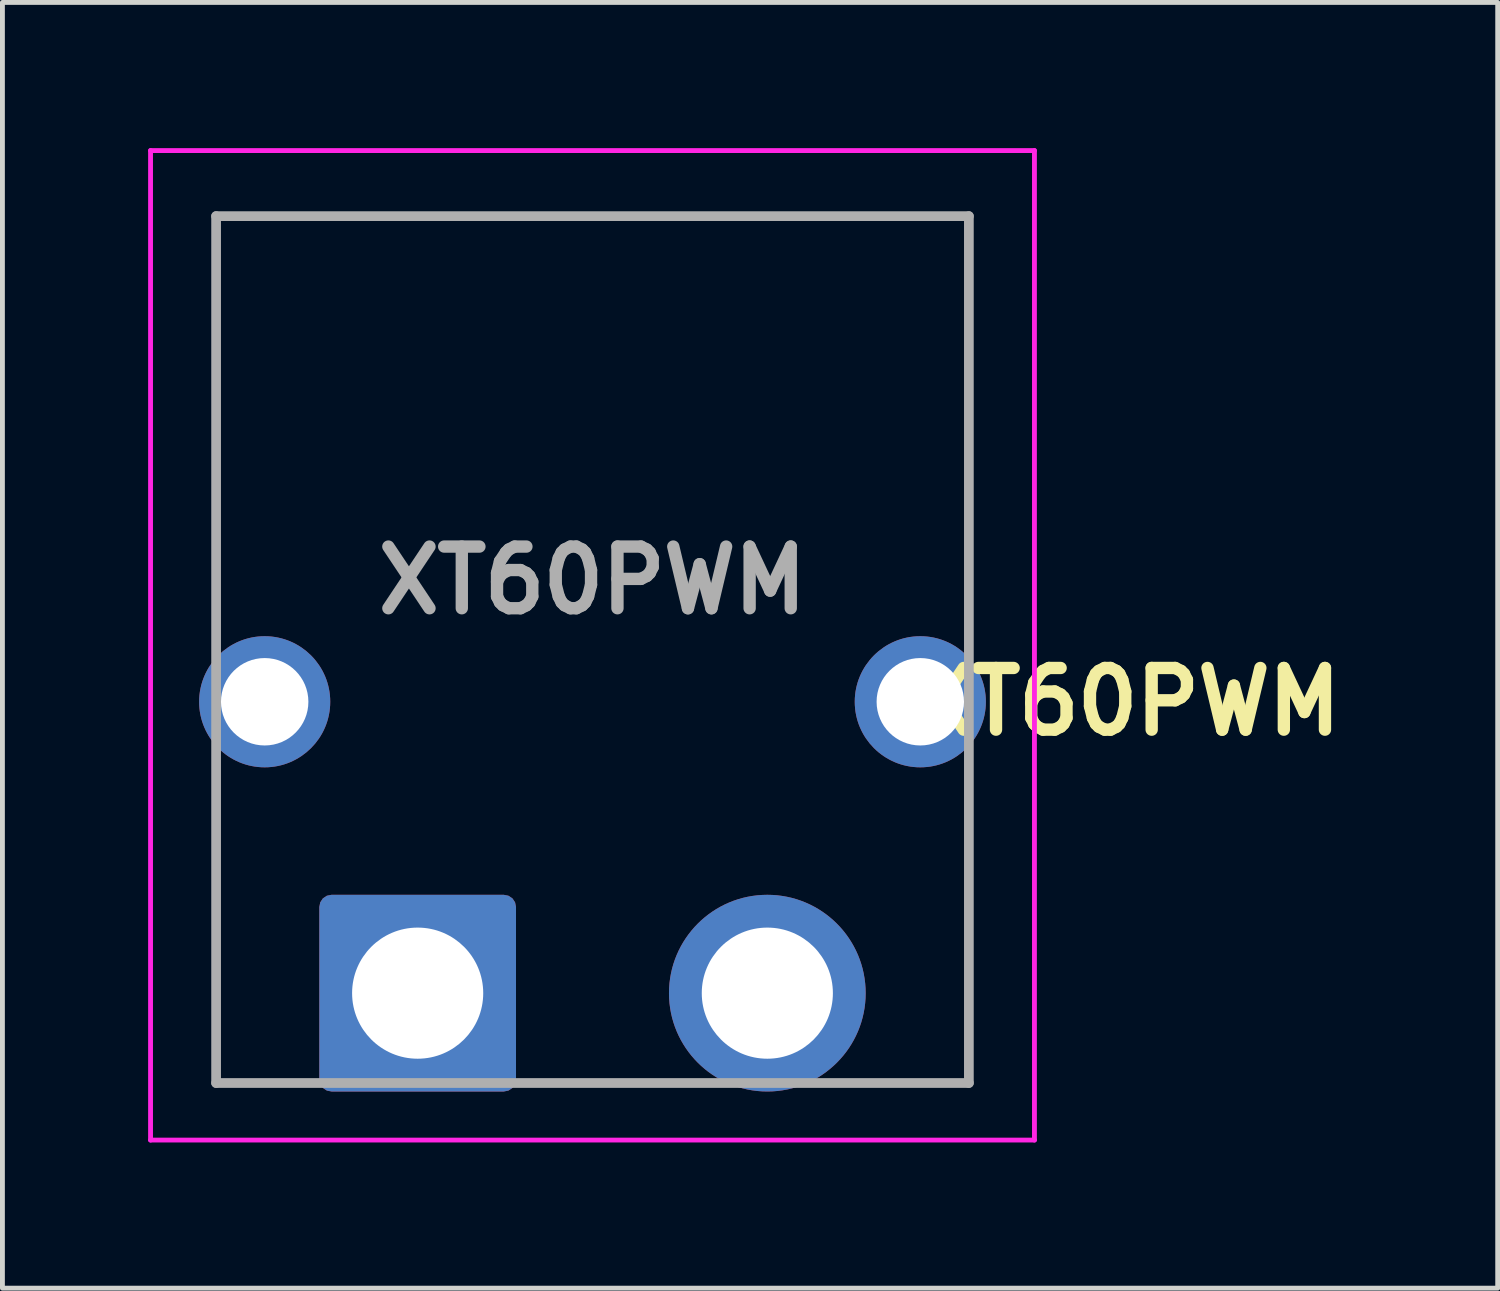
<source format=kicad_pcb>
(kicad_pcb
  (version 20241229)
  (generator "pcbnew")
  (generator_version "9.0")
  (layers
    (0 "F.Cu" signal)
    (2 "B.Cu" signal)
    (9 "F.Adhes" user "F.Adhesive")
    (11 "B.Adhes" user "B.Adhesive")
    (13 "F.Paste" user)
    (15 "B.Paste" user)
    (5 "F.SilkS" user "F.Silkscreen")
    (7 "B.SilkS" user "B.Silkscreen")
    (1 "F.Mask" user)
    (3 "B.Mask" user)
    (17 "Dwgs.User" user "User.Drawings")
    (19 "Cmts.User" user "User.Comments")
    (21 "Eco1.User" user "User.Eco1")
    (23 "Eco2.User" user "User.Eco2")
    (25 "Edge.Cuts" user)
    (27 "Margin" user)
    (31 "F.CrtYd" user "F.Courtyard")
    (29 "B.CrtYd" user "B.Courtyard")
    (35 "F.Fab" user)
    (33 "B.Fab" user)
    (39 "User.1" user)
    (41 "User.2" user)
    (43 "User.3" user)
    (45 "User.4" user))
  (footprint "XT60PWM"
    (layer "F.Cu")
    (at 9.15 17.4)
    (property "Reference" "XT60PWM" (at 11 -6 0) (layer "F.SilkS") (effects (font (size 1.27 1.27) (thickness 0.254))))
    (attr through_hole)
    (fp_line (start -7.75 -16) (end 7.75 -16) (stroke (width 0.1) (type solid)) (layer "F.SilkS"))
    (fp_line (start -7.75 -7) (end -7.75 -16) (stroke (width 0.1) (type solid)) (layer "F.SilkS"))
    (fp_line (start -7.75 -3) (end -7.75 1.85) (stroke (width 0.1) (type solid)) (layer "F.SilkS"))
    (fp_line (start -7.75 1.85) (end -6 1.85) (stroke (width 0.1) (type solid)) (layer "F.SilkS"))
    (fp_line (start 6 1.85) (end 7.75 1.85) (stroke (width 0.1) (type solid)) (layer "F.SilkS"))
    (fp_line (start 7.75 -16) (end 7.75 -7) (stroke (width 0.1) (type solid)) (layer "F.SilkS"))
    (fp_line (start 7.75 1.85) (end 7.75 -3) (stroke (width 0.1) (type solid)) (layer "F.SilkS"))
    (fp_line (start -9.1 -17.35) (end 9.1 -17.35) (stroke (width 0.1) (type solid)) (layer "F.CrtYd"))
    (fp_line (start -9.1 3.025) (end -9.1 -17.35) (stroke (width 0.1) (type solid)) (layer "F.CrtYd"))
    (fp_line (start 9.1 -17.35) (end 9.1 3.025) (stroke (width 0.1) (type solid)) (layer "F.CrtYd"))
    (fp_line (start 9.1 3.025) (end -9.1 3.025) (stroke (width 0.1) (type solid)) (layer "F.CrtYd"))
    (fp_line (start -7.75 -16) (end 7.75 -16) (stroke (width 0.2) (type solid)) (layer "F.Fab"))
    (fp_line (start -7.75 1.85) (end -7.75 -16) (stroke (width 0.2) (type solid)) (layer "F.Fab"))
    (fp_line (start 7.75 -16) (end 7.75 1.85) (stroke (width 0.2) (type solid)) (layer "F.Fab"))
    (fp_line (start 7.75 1.85) (end -7.75 1.85) (stroke (width 0.2) (type solid)) (layer "F.Fab"))
    (fp_text user "${REFERENCE}" (at 0 -8.5 0) (layer "F.Fab") (effects (font (size 1.27 1.27) (thickness 0.254))))
    (pad "0" thru_hole circle (at -6.75 -6) (size 2.7 2.7) (drill 1.8) (layers "*.Cu" "*.Mask"))
    (pad "0" thru_hole circle (at 6.75 -6) (size 2.7 2.7) (drill 1.8) (layers "*.Cu" "*.Mask"))
    (pad "1" thru_hole roundrect (at -3.6 0) (size 4.05 4.05) (drill 2.7) (layers "*.Cu" "*.Mask") (roundrect_rratio 0.062))
    (pad "2" thru_hole circle (at 3.6 0) (size 4.05 4.05) (drill 2.7) (layers "*.Cu" "*.Mask")))
  (gr_rect
    (start -3 -3)
    (end 27.789 23.475)
    (stroke (width 0.1) (type default))
    (fill no)
    (layer "Edge.Cuts")))
</source>
